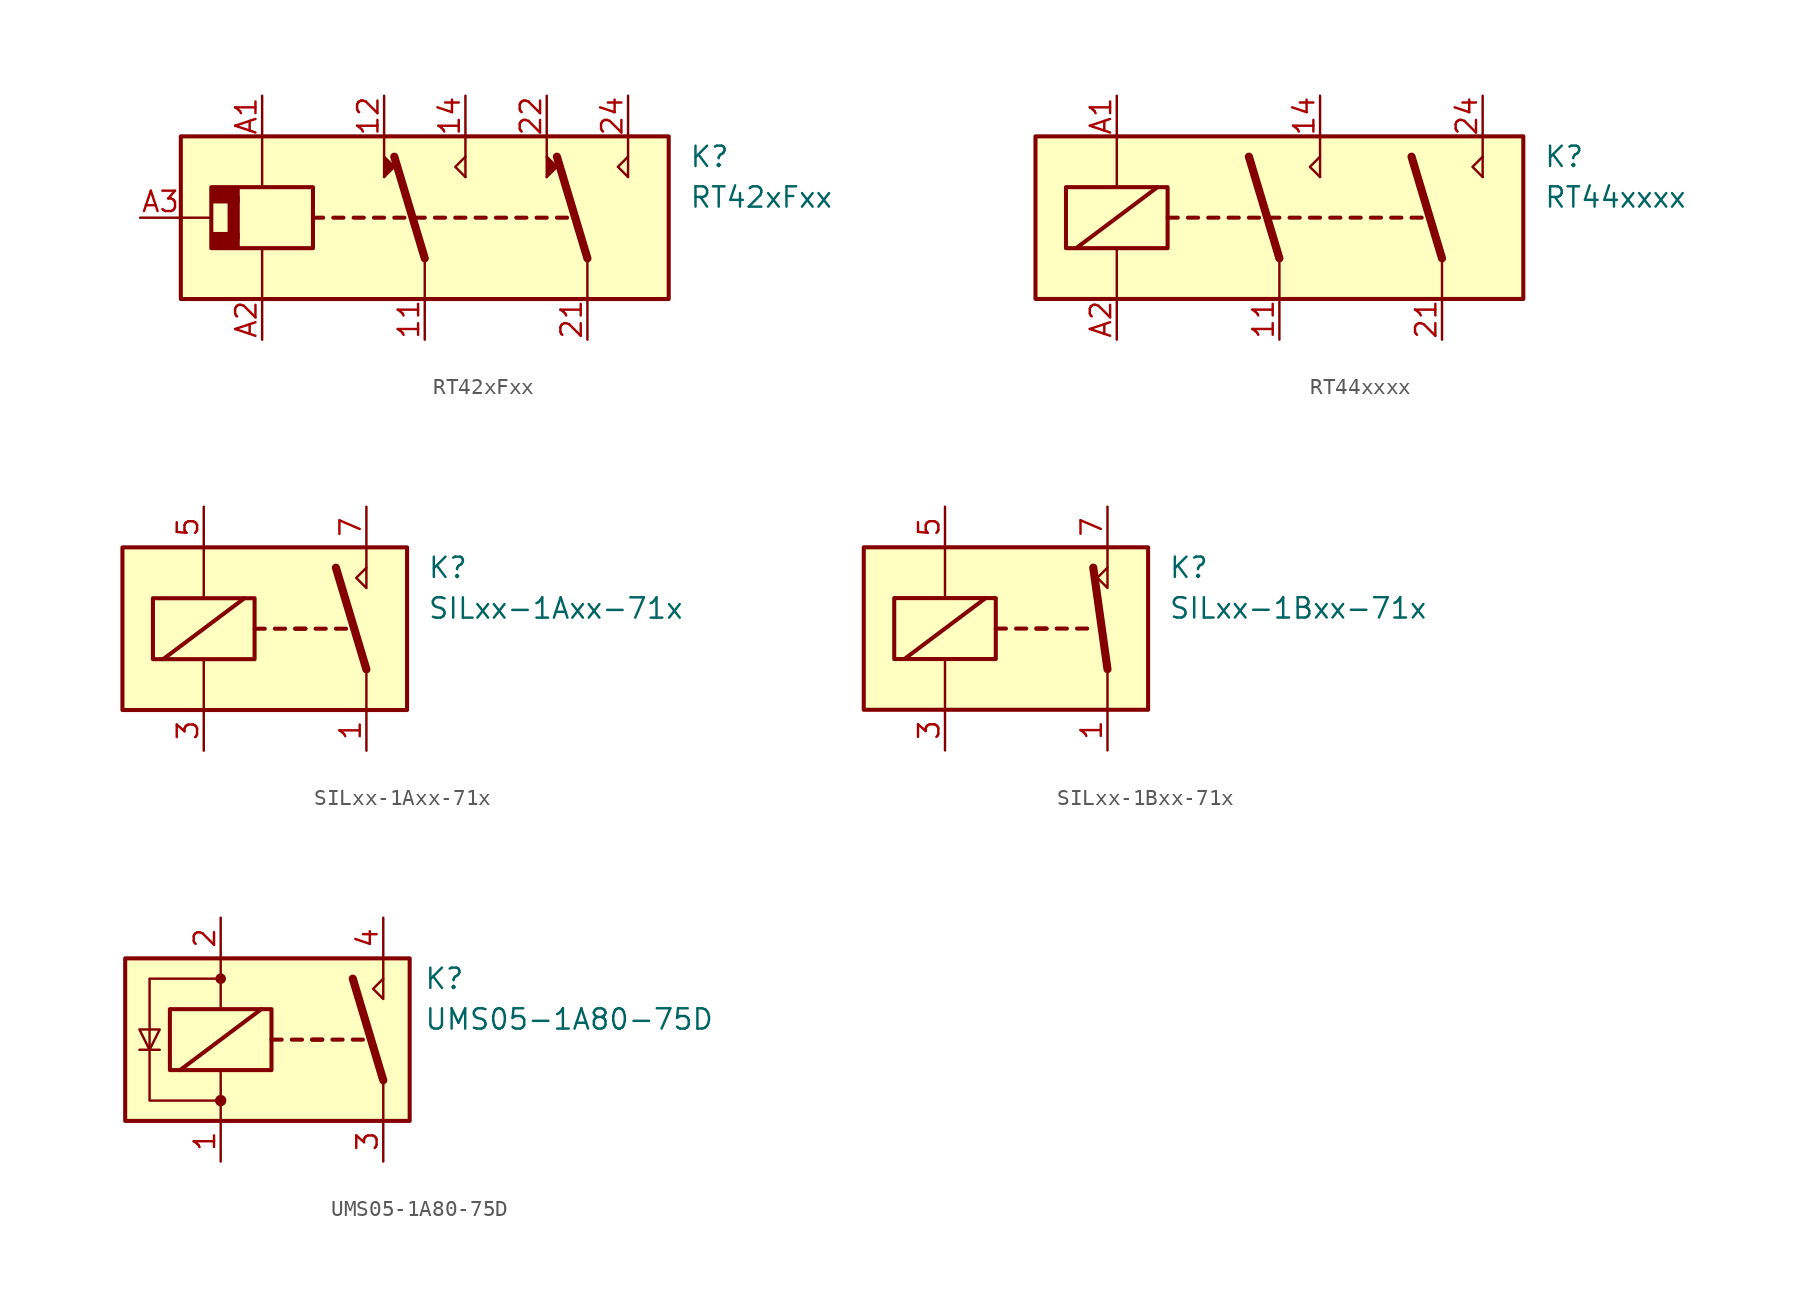
<source format=kicad_sym>
(kicad_symbol_lib
  (version 20201005)
  (generator kicad_symbol_editor)
  (symbol "RT42xFxx"
    (pin_names
      (offset 1.016))
    (property "Reference" "K"
      (at 16.51 3.81 0)
      (effects (font (size 1.27 1.27)) (justify left)))
    (property "Value" "RT42xFxx"
      (at 16.51 1.27 0)
      (effects (font (size 1.27 1.27)) (justify left)))
    (symbol "RT42xFxx_0_1"
      (rectangle (start -15.24 0) (end -13.335 0) (stroke (width 0)) (fill (type none)))
      (rectangle (start -15.24 5.08) (end 15.24 -5.08) (stroke (width 0.254)) (fill (type background)))
      (rectangle (start -13.335 1.905) (end -6.985 -1.905) (stroke (width 0.254)) (fill (type none)))
      (rectangle (start -13.208 -1.016) (end -11.684 -1.778) (stroke (width 0.254)) (fill (type outline)))
      (rectangle (start -13.208 1.016) (end -11.684 1.778) (stroke (width 0.254)) (fill (type outline)))
      (rectangle (start -11.684 -1.27) (end -12.192 1.27) (stroke (width 0.254)) (fill (type outline)))
      (polyline (pts (xy -10.16 -5.08) (xy -10.16 -1.905)) (stroke (width 0)) (fill (type none)))
      (polyline (pts (xy -10.16 5.08) (xy -10.16 1.905)) (stroke (width 0)) (fill (type none)))
      (polyline (pts (xy -6.985 0) (xy -6.35 0)) (stroke (width 0.254)) (fill (type none)))
      (polyline (pts (xy -5.715 0) (xy -5.08 0)) (stroke (width 0.254)) (fill (type none)))
      (polyline (pts (xy -4.445 0) (xy -3.81 0)) (stroke (width 0.254)) (fill (type none)))
      (polyline (pts (xy -3.175 0) (xy -2.54 0)) (stroke (width 0.254)) (fill (type none)))
      (polyline (pts (xy -2.54 2.54) (xy -2.54 5.08)) (stroke (width 0)) (fill (type none)))
      (polyline (pts (xy -1.905 0) (xy -1.27 0)) (stroke (width 0.254)) (fill (type none)))
      (polyline (pts (xy -0.635 0) (xy 0 0)) (stroke (width 0.254)) (fill (type none)))
      (polyline (pts (xy 0 -2.54) (xy -1.905 3.81)) (stroke (width 0.508)) (fill (type none)))
      (polyline (pts (xy 0 -2.54) (xy 0 -5.08)) (stroke (width 0)) (fill (type none)))
      (polyline (pts (xy 0.635 0) (xy 1.27 0)) (stroke (width 0.254)) (fill (type none)))
      (polyline (pts (xy 1.905 0) (xy 2.54 0)) (stroke (width 0.254)) (fill (type none)))
      (polyline (pts (xy 2.54 2.54) (xy 2.54 5.08)) (stroke (width 0)) (fill (type none)))
      (polyline (pts (xy 3.175 0) (xy 3.81 0)) (stroke (width 0.254)) (fill (type none)))
      (polyline (pts (xy 4.445 0) (xy 5.08 0)) (stroke (width 0.254)) (fill (type none)))
      (polyline (pts (xy 5.715 0) (xy 6.35 0)) (stroke (width 0.254)) (fill (type none)))
      (polyline (pts (xy 6.985 0) (xy 7.62 0)) (stroke (width 0.254)) (fill (type none)))
      (polyline (pts (xy 7.62 2.54) (xy 7.62 5.08)) (stroke (width 0)) (fill (type none)))
      (polyline (pts (xy 8.255 0) (xy 8.89 0)) (stroke (width 0.254)) (fill (type none)))
      (polyline (pts (xy 10.16 -2.54) (xy 8.255 3.81)) (stroke (width 0.508)) (fill (type none)))
      (polyline (pts (xy 10.16 -2.54) (xy 10.16 -5.08)) (stroke (width 0)) (fill (type none)))
      (polyline (pts (xy 12.7 2.54) (xy 12.7 5.08)) (stroke (width 0)) (fill (type none)))
      (polyline (pts (xy -2.54 2.54) (xy -1.905 3.175) (xy -2.54 3.81)) (stroke (width 0)) (fill (type outline)))
      (polyline (pts (xy 2.54 2.54) (xy 1.905 3.175) (xy 2.54 3.81)) (stroke (width 0)) (fill (type none)))
      (polyline (pts (xy 7.62 2.54) (xy 8.255 3.175) (xy 7.62 3.81)) (stroke (width 0)) (fill (type outline)))
      (polyline (pts (xy 12.7 2.54) (xy 12.065 3.175) (xy 12.7 3.81)) (stroke (width 0)) (fill (type none))))
    (symbol "RT42xFxx_1_1"
      (pin passive line (at 0 -7.62 90) (length 2.54) (name "~" (effects (font (size 1.27 1.27)))) (number "11" (effects (font (size 1.27 1.27)))))
      (pin passive line (at -2.54 7.62 270) (length 2.54) (name "~" (effects (font (size 1.27 1.27)))) (number "12" (effects (font (size 1.27 1.27)))))
      (pin passive line (at 2.54 7.62 270) (length 2.54) (name "~" (effects (font (size 1.27 1.27)))) (number "14" (effects (font (size 1.27 1.27)))))
      (pin passive line (at 10.16 -7.62 90) (length 2.54) (name "~" (effects (font (size 1.27 1.27)))) (number "21" (effects (font (size 1.27 1.27)))))
      (pin passive line (at 7.62 7.62 270) (length 2.54) (name "~" (effects (font (size 1.27 1.27)))) (number "22" (effects (font (size 1.27 1.27)))))
      (pin passive line (at 12.7 7.62 270) (length 2.54) (name "~" (effects (font (size 1.27 1.27)))) (number "24" (effects (font (size 1.27 1.27)))))
      (pin passive line (at -10.16 7.62 270) (length 2.54) (name "~" (effects (font (size 1.27 1.27)))) (number "A1" (effects (font (size 1.27 1.27)))))
      (pin passive line (at -10.16 -7.62 90) (length 2.54) (name "~" (effects (font (size 1.27 1.27)))) (number "A2" (effects (font (size 1.27 1.27)))))
      (pin passive line (at -17.78 0 0) (length 2.54) (name "~" (effects (font (size 1.27 1.27)))) (number "A3" (effects (font (size 1.27 1.27)))))))
  (symbol "RT44xxxx"
    (pin_names
      (offset 1.016))
    (property "Reference" "K"
      (at 16.51 3.81 0)
      (effects (font (size 1.27 1.27)) (justify left)))
    (property "Value" "RT44xxxx"
      (at 16.51 1.27 0)
      (effects (font (size 1.27 1.27)) (justify left)))
    (symbol "RT44xxxx_0_1"
      (rectangle (start -15.24 5.08) (end 15.24 -5.08) (stroke (width 0.254)) (fill (type background)))
      (rectangle (start -13.335 1.905) (end -6.985 -1.905) (stroke (width 0.254)) (fill (type none)))
      (polyline (pts (xy -12.7 -1.905) (xy -7.62 1.905)) (stroke (width 0.254)) (fill (type none)))
      (polyline (pts (xy -10.16 -5.08) (xy -10.16 -1.905)) (stroke (width 0)) (fill (type none)))
      (polyline (pts (xy -10.16 5.08) (xy -10.16 1.905)) (stroke (width 0)) (fill (type none)))
      (polyline (pts (xy -6.985 0) (xy -6.35 0)) (stroke (width 0.254)) (fill (type none)))
      (polyline (pts (xy -5.715 0) (xy -5.08 0)) (stroke (width 0.254)) (fill (type none)))
      (polyline (pts (xy -4.445 0) (xy -3.81 0)) (stroke (width 0.254)) (fill (type none)))
      (polyline (pts (xy -3.175 0) (xy -2.54 0)) (stroke (width 0.254)) (fill (type none)))
      (polyline (pts (xy -1.905 0) (xy -1.27 0)) (stroke (width 0.254)) (fill (type none)))
      (polyline (pts (xy -0.635 0) (xy 0 0)) (stroke (width 0.254)) (fill (type none)))
      (polyline (pts (xy 0 -2.54) (xy -1.905 3.81)) (stroke (width 0.508)) (fill (type none)))
      (polyline (pts (xy 0 -2.54) (xy 0 -5.08)) (stroke (width 0)) (fill (type none)))
      (polyline (pts (xy 0.635 0) (xy 1.27 0)) (stroke (width 0.254)) (fill (type none)))
      (polyline (pts (xy 1.905 0) (xy 2.54 0)) (stroke (width 0.254)) (fill (type none)))
      (polyline (pts (xy 2.54 2.54) (xy 2.54 5.08)) (stroke (width 0)) (fill (type none)))
      (polyline (pts (xy 3.175 0) (xy 3.81 0)) (stroke (width 0.254)) (fill (type none)))
      (polyline (pts (xy 4.445 0) (xy 5.08 0)) (stroke (width 0.254)) (fill (type none)))
      (polyline (pts (xy 5.715 0) (xy 6.35 0)) (stroke (width 0.254)) (fill (type none)))
      (polyline (pts (xy 6.985 0) (xy 7.62 0)) (stroke (width 0.254)) (fill (type none)))
      (polyline (pts (xy 8.255 0) (xy 8.89 0)) (stroke (width 0.254)) (fill (type none)))
      (polyline (pts (xy 10.16 -2.54) (xy 8.255 3.81)) (stroke (width 0.508)) (fill (type none)))
      (polyline (pts (xy 10.16 -2.54) (xy 10.16 -5.08)) (stroke (width 0)) (fill (type none)))
      (polyline (pts (xy 12.7 2.54) (xy 12.7 5.08)) (stroke (width 0)) (fill (type none)))
      (polyline (pts (xy 2.54 2.54) (xy 1.905 3.175) (xy 2.54 3.81)) (stroke (width 0)) (fill (type none)))
      (polyline (pts (xy 12.7 2.54) (xy 12.065 3.175) (xy 12.7 3.81)) (stroke (width 0)) (fill (type none))))
    (symbol "RT44xxxx_1_1"
      (pin passive line (at 0 -7.62 90) (length 2.54) (name "~" (effects (font (size 1.27 1.27)))) (number "11" (effects (font (size 1.27 1.27)))))
      (pin passive line (at 2.54 7.62 270) (length 2.54) (name "~" (effects (font (size 1.27 1.27)))) (number "14" (effects (font (size 1.27 1.27)))))
      (pin passive line (at 10.16 -7.62 90) (length 2.54) (name "~" (effects (font (size 1.27 1.27)))) (number "21" (effects (font (size 1.27 1.27)))))
      (pin passive line (at 12.7 7.62 270) (length 2.54) (name "~" (effects (font (size 1.27 1.27)))) (number "24" (effects (font (size 1.27 1.27)))))
      (pin passive line (at -10.16 7.62 270) (length 2.54) (name "~" (effects (font (size 1.27 1.27)))) (number "A1" (effects (font (size 1.27 1.27)))))
      (pin passive line (at -10.16 -7.62 90) (length 2.54) (name "~" (effects (font (size 1.27 1.27)))) (number "A2" (effects (font (size 1.27 1.27)))))))
  (symbol "SILxx-1Axx-71x"
    (pin_names
      (offset 1.016))
    (property "Reference" "K"
      (at 8.89 3.81 0)
      (effects (font (size 1.27 1.27)) (justify left)))
    (property "Value" "SILxx-1Axx-71x"
      (at 8.89 1.27 0)
      (effects (font (size 1.27 1.27)) (justify left)))
    (symbol "SILxx-1Axx-71x_0_0"
      (polyline (pts (xy 5.08 3.81) (xy 5.08 5.08)) (stroke (width 0)) (fill (type none)))
      (polyline (pts (xy 5.08 3.81) (xy 5.08 2.54) (xy 4.445 3.175) (xy 5.08 3.81)) (stroke (width 0)) (fill (type none))))
    (symbol "SILxx-1Axx-71x_0_1"
      (rectangle (start -10.16 5.08) (end 7.62 -5.08) (stroke (width 0.254)) (fill (type background)))
      (rectangle (start -8.255 1.905) (end -1.905 -1.905) (stroke (width 0.254)) (fill (type none)))
      (polyline (pts (xy -7.62 -1.905) (xy -2.54 1.905)) (stroke (width 0.254)) (fill (type none)))
      (polyline (pts (xy -5.08 -5.08) (xy -5.08 -1.905)) (stroke (width 0)) (fill (type none)))
      (polyline (pts (xy -5.08 5.08) (xy -5.08 1.905)) (stroke (width 0)) (fill (type none)))
      (polyline (pts (xy -1.905 0) (xy -1.27 0)) (stroke (width 0.254)) (fill (type none)))
      (polyline (pts (xy -0.635 0) (xy 0 0)) (stroke (width 0.254)) (fill (type none)))
      (polyline (pts (xy 0.635 0) (xy 1.27 0)) (stroke (width 0.254)) (fill (type none)))
      (polyline (pts (xy 0.635 0) (xy 1.27 0)) (stroke (width 0.254)) (fill (type none)))
      (polyline (pts (xy 1.905 0) (xy 2.54 0)) (stroke (width 0.254)) (fill (type none)))
      (polyline (pts (xy 3.175 0) (xy 3.81 0)) (stroke (width 0.254)) (fill (type none)))
      (polyline (pts (xy 5.08 -2.54) (xy 3.175 3.81)) (stroke (width 0.508)) (fill (type none)))
      (polyline (pts (xy 5.08 -2.54) (xy 5.08 -5.08)) (stroke (width 0)) (fill (type none))))
    (symbol "SILxx-1Axx-71x_1_1"
      (pin passive line (at 5.08 -7.62 90) (length 2.54) (name "~" (effects (font (size 1.27 1.27)))) (number "1" (effects (font (size 1.27 1.27)))))
      (pin passive line (at -5.08 -7.62 90) (length 2.54) (name "~" (effects (font (size 1.27 1.27)))) (number "3" (effects (font (size 1.27 1.27)))))
      (pin passive line (at -5.08 7.62 270) (length 2.54) (name "~" (effects (font (size 1.27 1.27)))) (number "5" (effects (font (size 1.27 1.27)))))
      (pin passive line (at 5.08 7.62 270) (length 2.54) (name "~" (effects (font (size 1.27 1.27)))) (number "7" (effects (font (size 1.27 1.27)))))))
  (symbol "SILxx-1Bxx-71x"
    (pin_names
      (offset 1.016))
    (property "Reference" "K"
      (at 8.89 3.81 0)
      (effects (font (size 1.27 1.27)) (justify left)))
    (property "Value" "SILxx-1Bxx-71x"
      (at 8.89 1.27 0)
      (effects (font (size 1.27 1.27)) (justify left)))
    (symbol "SILxx-1Bxx-71x_0_0"
      (polyline (pts (xy 5.08 3.81) (xy 5.08 5.08)) (stroke (width 0)) (fill (type none)))
      (polyline (pts (xy 5.08 3.81) (xy 5.08 2.54) (xy 4.445 3.175) (xy 5.08 3.81)) (stroke (width 0)) (fill (type none))))
    (symbol "SILxx-1Bxx-71x_0_1"
      (rectangle (start -10.16 5.08) (end 7.62 -5.08) (stroke (width 0.254)) (fill (type background)))
      (rectangle (start -8.255 1.905) (end -1.905 -1.905) (stroke (width 0.254)) (fill (type none)))
      (polyline (pts (xy -7.62 -1.905) (xy -2.54 1.905)) (stroke (width 0.254)) (fill (type none)))
      (polyline (pts (xy -5.08 -5.08) (xy -5.08 -1.905)) (stroke (width 0)) (fill (type none)))
      (polyline (pts (xy -5.08 5.08) (xy -5.08 1.905)) (stroke (width 0)) (fill (type none)))
      (polyline (pts (xy -1.905 0) (xy -1.27 0)) (stroke (width 0.254)) (fill (type none)))
      (polyline (pts (xy -0.635 0) (xy 0 0)) (stroke (width 0.254)) (fill (type none)))
      (polyline (pts (xy 0.635 0) (xy 1.27 0)) (stroke (width 0.254)) (fill (type none)))
      (polyline (pts (xy 0.635 0) (xy 1.27 0)) (stroke (width 0.254)) (fill (type none)))
      (polyline (pts (xy 1.905 0) (xy 2.54 0)) (stroke (width 0.254)) (fill (type none)))
      (polyline (pts (xy 3.175 0) (xy 3.81 0)) (stroke (width 0.254)) (fill (type none)))
      (polyline (pts (xy 5.08 -2.54) (xy 4.191 3.81)) (stroke (width 0.508)) (fill (type none)))
      (polyline (pts (xy 5.08 -2.54) (xy 5.08 -5.08)) (stroke (width 0)) (fill (type none))))
    (symbol "SILxx-1Bxx-71x_1_1"
      (pin passive line (at 5.08 -7.62 90) (length 2.54) (name "~" (effects (font (size 1.27 1.27)))) (number "1" (effects (font (size 1.27 1.27)))))
      (pin passive line (at -5.08 -7.62 90) (length 2.54) (name "~" (effects (font (size 1.27 1.27)))) (number "3" (effects (font (size 1.27 1.27)))))
      (pin passive line (at -5.08 7.62 270) (length 2.54) (name "~" (effects (font (size 1.27 1.27)))) (number "5" (effects (font (size 1.27 1.27)))))
      (pin passive line (at 5.08 7.62 270) (length 2.54) (name "~" (effects (font (size 1.27 1.27)))) (number "7" (effects (font (size 1.27 1.27)))))))
  (symbol "UMS05-1A80-75D"
    (pin_names
      (offset 1.016))
    (property "Reference" "K"
      (at 7.62 3.81 0)
      (effects (font (size 1.27 1.27)) (justify left)))
    (property "Value" "UMS05-1A80-75D"
      (at 7.62 1.27 0)
      (effects (font (size 1.27 1.27)) (justify left)))
    (symbol "UMS05-1A80-75D_0_0"
      (polyline (pts (xy 5.08 3.81) (xy 5.08 5.08)) (stroke (width 0)) (fill (type none)))
      (polyline (pts (xy 5.08 3.81) (xy 5.08 2.54) (xy 4.445 3.175) (xy 5.08 3.81)) (stroke (width 0)) (fill (type none))))
    (symbol "UMS05-1A80-75D_0_1"
      (circle (center -5.08 -3.81) (radius 0.279) (stroke (width 0)) (fill (type outline)))
      (circle (center -5.08 3.81) (radius 0.254) (stroke (width 0)) (fill (type outline)))
      (rectangle (start -11.049 5.08) (end 6.731 -5.08) (stroke (width 0.254)) (fill (type background)))
      (rectangle (start -8.255 1.905) (end -1.905 -1.905) (stroke (width 0.254)) (fill (type none)))
      (polyline (pts (xy -8.89 -0.635) (xy -10.16 -0.635)) (stroke (width 0)) (fill (type none)))
      (polyline (pts (xy -7.62 -1.905) (xy -2.54 1.905)) (stroke (width 0.254)) (fill (type none)))
      (polyline (pts (xy -5.08 -5.08) (xy -5.08 -1.905)) (stroke (width 0)) (fill (type none)))
      (polyline (pts (xy -5.08 5.08) (xy -5.08 1.905)) (stroke (width 0)) (fill (type none)))
      (polyline (pts (xy -1.905 0) (xy -1.27 0)) (stroke (width 0.254)) (fill (type none)))
      (polyline (pts (xy -0.635 0) (xy 0 0)) (stroke (width 0.254)) (fill (type none)))
      (polyline (pts (xy 0.635 0) (xy 1.27 0)) (stroke (width 0.254)) (fill (type none)))
      (polyline (pts (xy 0.635 0) (xy 1.27 0)) (stroke (width 0.254)) (fill (type none)))
      (polyline (pts (xy 1.905 0) (xy 2.54 0)) (stroke (width 0.254)) (fill (type none)))
      (polyline (pts (xy 3.175 0) (xy 3.81 0)) (stroke (width 0.254)) (fill (type none)))
      (polyline (pts (xy 5.08 -2.54) (xy 3.175 3.81)) (stroke (width 0.508)) (fill (type none)))
      (polyline (pts (xy 5.08 -2.54) (xy 5.08 -5.08)) (stroke (width 0)) (fill (type none)))
      (polyline (pts (xy -9.525 -0.635) (xy -10.16 0.635) (xy -8.89 0.635) (xy -9.525 -0.635)) (stroke (width 0)) (fill (type none)))
      (polyline (pts (xy -5.08 3.81) (xy -9.525 3.81) (xy -9.525 -3.81) (xy -5.08 -3.81)) (stroke (width 0)) (fill (type none))))
    (symbol "UMS05-1A80-75D_1_1"
      (pin passive line (at -5.08 -7.62 90) (length 2.54) (name "~" (effects (font (size 1.27 1.27)))) (number "1" (effects (font (size 1.27 1.27)))))
      (pin passive line (at -5.08 7.62 270) (length 2.54) (name "~" (effects (font (size 1.27 1.27)))) (number "2" (effects (font (size 1.27 1.27)))))
      (pin passive line (at 5.08 -7.62 90) (length 2.54) (name "~" (effects (font (size 1.27 1.27)))) (number "3" (effects (font (size 1.27 1.27)))))
      (pin passive line (at 5.08 7.62 270) (length 2.54) (name "~" (effects (font (size 1.27 1.27)))) (number "4" (effects (font (size 1.27 1.27))))))))
</source>
